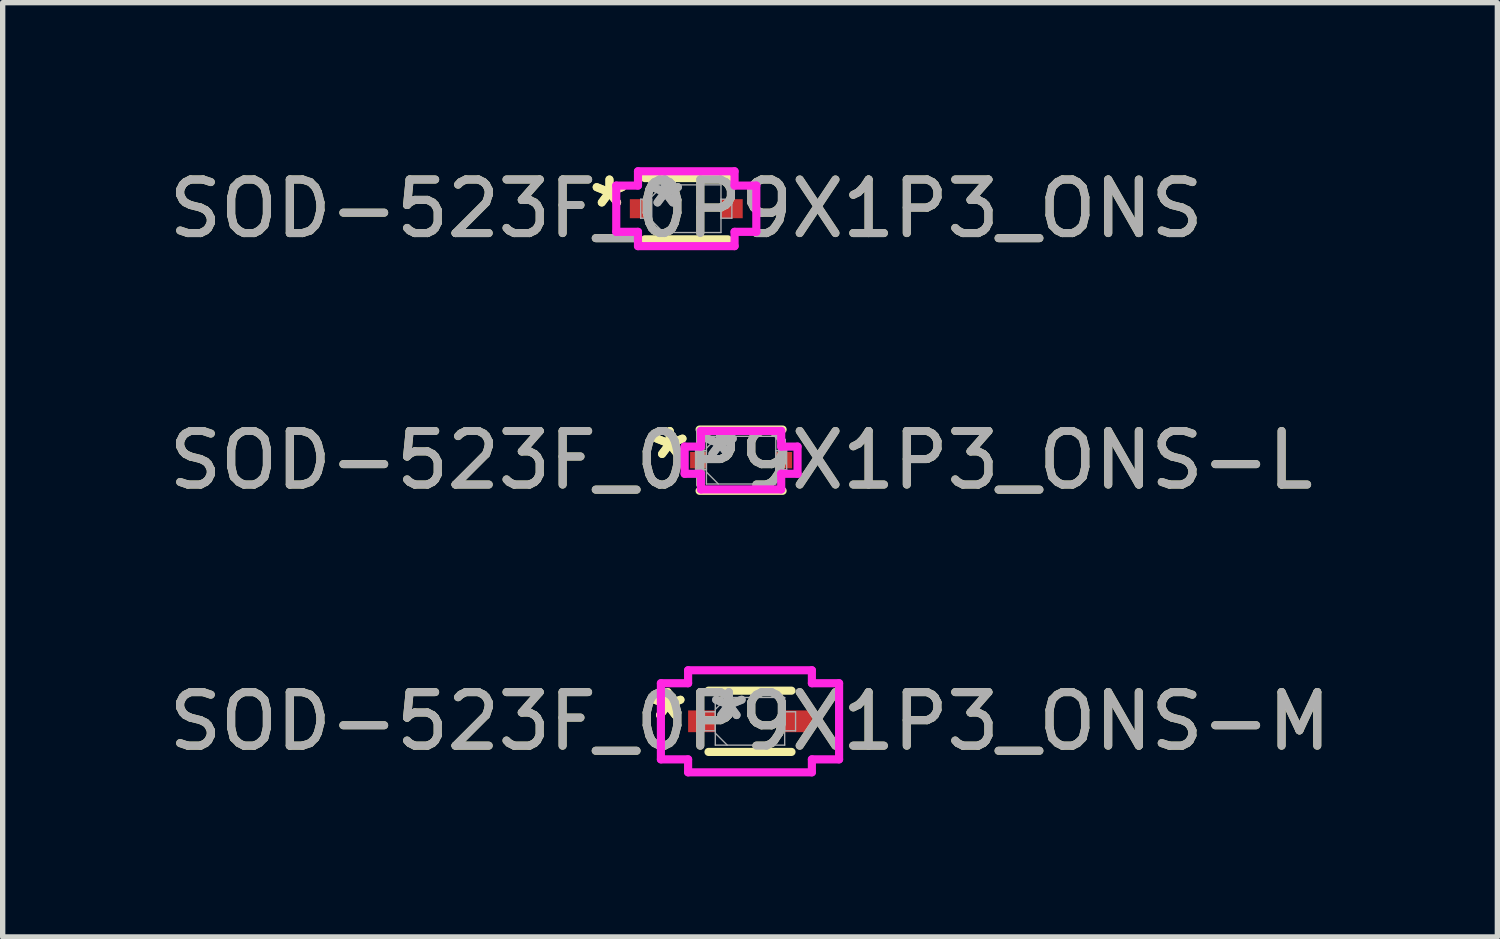
<source format=kicad_pcb>
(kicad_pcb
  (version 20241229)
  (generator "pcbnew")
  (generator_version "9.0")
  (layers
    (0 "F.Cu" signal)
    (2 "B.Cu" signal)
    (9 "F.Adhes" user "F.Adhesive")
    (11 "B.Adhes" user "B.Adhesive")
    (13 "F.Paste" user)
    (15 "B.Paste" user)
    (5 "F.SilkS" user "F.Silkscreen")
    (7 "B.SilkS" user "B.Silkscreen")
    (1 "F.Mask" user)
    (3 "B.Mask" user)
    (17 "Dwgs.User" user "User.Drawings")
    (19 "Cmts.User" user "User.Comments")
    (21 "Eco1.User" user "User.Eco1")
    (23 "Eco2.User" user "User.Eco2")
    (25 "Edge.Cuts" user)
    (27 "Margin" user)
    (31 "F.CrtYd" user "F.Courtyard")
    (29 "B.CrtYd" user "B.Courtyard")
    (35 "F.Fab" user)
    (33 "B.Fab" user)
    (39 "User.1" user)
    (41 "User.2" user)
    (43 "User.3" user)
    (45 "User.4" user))
  (footprint "SOD-523F_0P9X1P3_ONS"
    (layer "F.Cu")
    (at 9.768 0.848)
    (property "Reference" "SOD-523F_0P9X1P3_ONS" (at 0 0 0) (unlocked yes) (layer "F.SilkS") (effects (font (size 1 1) (thickness 0.15))))
    (attr smd)
    (fp_line (start -0.775 0.572) (end 0.775 0.572) (stroke (width 0.152) (type solid)) (layer "F.SilkS"))
    (fp_line (start 0.775 -0.572) (end -0.775 -0.572) (stroke (width 0.152) (type solid)) (layer "F.SilkS"))
    (fp_line (start -1.308 -0.432) (end -0.902 -0.432) (stroke (width 0.152) (type solid)) (layer "F.CrtYd"))
    (fp_line (start -1.308 0.432) (end -1.308 -0.432) (stroke (width 0.152) (type solid)) (layer "F.CrtYd"))
    (fp_line (start -0.902 -0.699) (end 0.902 -0.699) (stroke (width 0.152) (type solid)) (layer "F.CrtYd"))
    (fp_line (start -0.902 -0.432) (end -0.902 -0.699) (stroke (width 0.152) (type solid)) (layer "F.CrtYd"))
    (fp_line (start -0.902 0.432) (end -1.308 0.432) (stroke (width 0.152) (type solid)) (layer "F.CrtYd"))
    (fp_line (start -0.902 0.699) (end -0.902 0.432) (stroke (width 0.152) (type solid)) (layer "F.CrtYd"))
    (fp_line (start 0.902 -0.699) (end 0.902 -0.432) (stroke (width 0.152) (type solid)) (layer "F.CrtYd"))
    (fp_line (start 0.902 -0.432) (end 1.308 -0.432) (stroke (width 0.152) (type solid)) (layer "F.CrtYd"))
    (fp_line (start 0.902 0.432) (end 0.902 0.699) (stroke (width 0.152) (type solid)) (layer "F.CrtYd"))
    (fp_line (start 0.902 0.699) (end -0.902 0.699) (stroke (width 0.152) (type solid)) (layer "F.CrtYd"))
    (fp_line (start 1.308 -0.432) (end 1.308 0.432) (stroke (width 0.152) (type solid)) (layer "F.CrtYd"))
    (fp_line (start 1.308 0.432) (end 0.902 0.432) (stroke (width 0.152) (type solid)) (layer "F.CrtYd"))
    (fp_line (start -0.851 -0.178) (end -0.851 0.178) (stroke (width 0.025) (type solid)) (layer "F.Fab"))
    (fp_line (start -0.851 0.178) (end -0.648 0.178) (stroke (width 0.025) (type solid)) (layer "F.Fab"))
    (fp_line (start -0.648 -0.445) (end -0.648 0.445) (stroke (width 0.025) (type solid)) (layer "F.Fab"))
    (fp_line (start -0.648 -0.222) (end -0.425 -0.445) (stroke (width 0.025) (type solid)) (layer "F.Fab"))
    (fp_line (start -0.648 -0.178) (end -0.851 -0.178) (stroke (width 0.025) (type solid)) (layer "F.Fab"))
    (fp_line (start -0.648 0.178) (end -0.648 -0.178) (stroke (width 0.025) (type solid)) (layer "F.Fab"))
    (fp_line (start -0.648 0.222) (end -0.425 0.445) (stroke (width 0.025) (type solid)) (layer "F.Fab"))
    (fp_line (start -0.648 0.445) (end 0.648 0.445) (stroke (width 0.025) (type solid)) (layer "F.Fab"))
    (fp_line (start 0.648 -0.445) (end -0.648 -0.445) (stroke (width 0.025) (type solid)) (layer "F.Fab"))
    (fp_line (start 0.648 -0.178) (end 0.648 0.178) (stroke (width 0.025) (type solid)) (layer "F.Fab"))
    (fp_line (start 0.648 0.178) (end 0.851 0.178) (stroke (width 0.025) (type solid)) (layer "F.Fab"))
    (fp_line (start 0.648 0.445) (end 0.648 -0.445) (stroke (width 0.025) (type solid)) (layer "F.Fab"))
    (fp_line (start 0.851 -0.178) (end 0.648 -0.178) (stroke (width 0.025) (type solid)) (layer "F.Fab"))
    (fp_line (start 0.851 0.178) (end 0.851 -0.178) (stroke (width 0.025) (type solid)) (layer "F.Fab"))
    (fp_text user "*" (at -1.435 0 0) (unlocked yes) (layer "F.SilkS") (effects (font (size 1 1) (thickness 0.15))))
    (fp_text user "*" (at -1.435 0 0) (layer "F.SilkS") (effects (font (size 1 1) (thickness 0.15))))
    (fp_text user "${REFERENCE}" (at 0 0 0) (unlocked yes) (layer "F.Fab") (effects (font (size 1 1) (thickness 0.15))))
    (fp_text user "*" (at -0.394 0 0) (layer "F.Fab") (effects (font (size 1 1) (thickness 0.15))))
    (fp_text user "*" (at -0.394 0 0) (unlocked yes) (layer "F.Fab") (effects (font (size 1 1) (thickness 0.15))))
    (pad "1" smd rect (at -0.851 0) (size 0.406 0.356) (layers "F.Cu" "F.Mask" "F.Paste"))
    (pad "2" smd rect (at 0.851 0) (size 0.406 0.356) (layers "F.Cu" "F.Mask" "F.Paste"))
    (zone (net_name "") (layer "F.Cu") (hatch full 0.508) (connect_pads) (min_thickness 0.254) (filled_areas_thickness no) (keepout (tracks not_allowed) (vias not_allowed) (pads allowed) (copperpour not_allowed) (footprints allowed)) (placement (enabled no)) (fill) (polygon (pts (xy 9.171 0.455) (xy 10.365 0.455) (xy 10.365 1.242) (xy 9.171 1.242)))))
  (footprint "SOD-523F_0P9X1P3_ONS-M"
    (layer "F.Cu")
    (at 10.958 10.422)
    (property "Reference" "SOD-523F_0P9X1P3_ONS-M" (at 0 0 0) (unlocked yes) (layer "F.SilkS") (effects (font (size 1 1) (thickness 0.15))))
    (attr smd)
    (fp_line (start -0.775 0.572) (end 0.775 0.572) (stroke (width 0.152) (type solid)) (layer "F.SilkS"))
    (fp_line (start 0.775 -0.572) (end -0.775 -0.572) (stroke (width 0.152) (type solid)) (layer "F.SilkS"))
    (fp_line (start -1.664 -0.711) (end -1.156 -0.711) (stroke (width 0.152) (type solid)) (layer "F.CrtYd"))
    (fp_line (start -1.664 0.711) (end -1.664 -0.711) (stroke (width 0.152) (type solid)) (layer "F.CrtYd"))
    (fp_line (start -1.156 -0.953) (end 1.156 -0.953) (stroke (width 0.152) (type solid)) (layer "F.CrtYd"))
    (fp_line (start -1.156 -0.711) (end -1.156 -0.953) (stroke (width 0.152) (type solid)) (layer "F.CrtYd"))
    (fp_line (start -1.156 0.711) (end -1.664 0.711) (stroke (width 0.152) (type solid)) (layer "F.CrtYd"))
    (fp_line (start -1.156 0.953) (end -1.156 0.711) (stroke (width 0.152) (type solid)) (layer "F.CrtYd"))
    (fp_line (start 1.156 -0.953) (end 1.156 -0.711) (stroke (width 0.152) (type solid)) (layer "F.CrtYd"))
    (fp_line (start 1.156 -0.711) (end 1.664 -0.711) (stroke (width 0.152) (type solid)) (layer "F.CrtYd"))
    (fp_line (start 1.156 0.711) (end 1.156 0.953) (stroke (width 0.152) (type solid)) (layer "F.CrtYd"))
    (fp_line (start 1.156 0.953) (end -1.156 0.953) (stroke (width 0.152) (type solid)) (layer "F.CrtYd"))
    (fp_line (start 1.664 -0.711) (end 1.664 0.711) (stroke (width 0.152) (type solid)) (layer "F.CrtYd"))
    (fp_line (start 1.664 0.711) (end 1.156 0.711) (stroke (width 0.152) (type solid)) (layer "F.CrtYd"))
    (fp_line (start -0.851 -0.178) (end -0.851 0.178) (stroke (width 0.025) (type solid)) (layer "F.Fab"))
    (fp_line (start -0.851 0.178) (end -0.648 0.178) (stroke (width 0.025) (type solid)) (layer "F.Fab"))
    (fp_line (start -0.648 -0.445) (end -0.648 0.445) (stroke (width 0.025) (type solid)) (layer "F.Fab"))
    (fp_line (start -0.648 -0.222) (end -0.425 -0.445) (stroke (width 0.025) (type solid)) (layer "F.Fab"))
    (fp_line (start -0.648 -0.178) (end -0.851 -0.178) (stroke (width 0.025) (type solid)) (layer "F.Fab"))
    (fp_line (start -0.648 0.178) (end -0.648 -0.178) (stroke (width 0.025) (type solid)) (layer "F.Fab"))
    (fp_line (start -0.648 0.222) (end -0.425 0.445) (stroke (width 0.025) (type solid)) (layer "F.Fab"))
    (fp_line (start -0.648 0.445) (end 0.648 0.445) (stroke (width 0.025) (type solid)) (layer "F.Fab"))
    (fp_line (start 0.648 -0.445) (end -0.648 -0.445) (stroke (width 0.025) (type solid)) (layer "F.Fab"))
    (fp_line (start 0.648 -0.178) (end 0.648 0.178) (stroke (width 0.025) (type solid)) (layer "F.Fab"))
    (fp_line (start 0.648 0.178) (end 0.851 0.178) (stroke (width 0.025) (type solid)) (layer "F.Fab"))
    (fp_line (start 0.648 0.445) (end 0.648 -0.445) (stroke (width 0.025) (type solid)) (layer "F.Fab"))
    (fp_line (start 0.851 -0.178) (end 0.648 -0.178) (stroke (width 0.025) (type solid)) (layer "F.Fab"))
    (fp_line (start 0.851 0.178) (end 0.851 -0.178) (stroke (width 0.025) (type solid)) (layer "F.Fab"))
    (fp_text user "*" (at -1.537 0 0) (layer "F.SilkS") (effects (font (size 1 1) (thickness 0.15))))
    (fp_text user "*" (at -1.537 0 0) (unlocked yes) (layer "F.SilkS") (effects (font (size 1 1) (thickness 0.15))))
    (fp_text user "*" (at -0.394 0 0) (unlocked yes) (layer "F.Fab") (effects (font (size 1 1) (thickness 0.15))))
    (fp_text user "*" (at -0.394 0 0) (layer "F.Fab") (effects (font (size 1 1) (thickness 0.15))))
    (fp_text user "${REFERENCE}" (at 0 0 0) (unlocked yes) (layer "F.Fab") (effects (font (size 1 1) (thickness 0.15))))
    (pad "1" smd rect (at -0.902 0) (size 0.508 0.406) (layers "F.Cu" "F.Mask" "F.Paste"))
    (pad "2" smd rect (at 0.902 0) (size 0.508 0.406) (layers "F.Cu" "F.Mask" "F.Paste"))
    (zone (net_name "") (layer "F.Cu") (hatch full 0.508) (connect_pads) (min_thickness 0.254) (filled_areas_thickness no) (keepout (tracks not_allowed) (vias not_allowed) (pads allowed) (copperpour not_allowed) (footprints allowed)) (placement (enabled no)) (fill) (polygon (pts (xy 10.361 10.028) (xy 11.555 10.028) (xy 11.555 10.815) (xy 10.361 10.815)))))
  (footprint "SOD-523F_0P9X1P3_ONS-L"
    (layer "F.Cu")
    (at 10.792 5.545)
    (property "Reference" "SOD-523F_0P9X1P3_ONS-L" (at 0 0 0) (unlocked yes) (layer "F.SilkS") (effects (font (size 1 1) (thickness 0.15))))
    (attr smd)
    (fp_line (start -0.775 0.572) (end 0.775 0.572) (stroke (width 0.152) (type solid)) (layer "F.SilkS"))
    (fp_line (start 0.775 -0.572) (end -0.775 -0.572) (stroke (width 0.152) (type solid)) (layer "F.SilkS"))
    (fp_line (start -1.054 -0.254) (end -0.749 -0.254) (stroke (width 0.152) (type solid)) (layer "F.CrtYd"))
    (fp_line (start -1.054 0.254) (end -1.054 -0.254) (stroke (width 0.152) (type solid)) (layer "F.CrtYd"))
    (fp_line (start -0.749 -0.546) (end 0.749 -0.546) (stroke (width 0.152) (type solid)) (layer "F.CrtYd"))
    (fp_line (start -0.749 -0.254) (end -0.749 -0.546) (stroke (width 0.152) (type solid)) (layer "F.CrtYd"))
    (fp_line (start -0.749 0.254) (end -1.054 0.254) (stroke (width 0.152) (type solid)) (layer "F.CrtYd"))
    (fp_line (start -0.749 0.546) (end -0.749 0.254) (stroke (width 0.152) (type solid)) (layer "F.CrtYd"))
    (fp_line (start 0.749 -0.546) (end 0.749 -0.254) (stroke (width 0.152) (type solid)) (layer "F.CrtYd"))
    (fp_line (start 0.749 -0.254) (end 1.054 -0.254) (stroke (width 0.152) (type solid)) (layer "F.CrtYd"))
    (fp_line (start 0.749 0.254) (end 0.749 0.546) (stroke (width 0.152) (type solid)) (layer "F.CrtYd"))
    (fp_line (start 0.749 0.546) (end -0.749 0.546) (stroke (width 0.152) (type solid)) (layer "F.CrtYd"))
    (fp_line (start 1.054 -0.254) (end 1.054 0.254) (stroke (width 0.152) (type solid)) (layer "F.CrtYd"))
    (fp_line (start 1.054 0.254) (end 0.749 0.254) (stroke (width 0.152) (type solid)) (layer "F.CrtYd"))
    (fp_line (start -0.851 -0.178) (end -0.851 0.178) (stroke (width 0.025) (type solid)) (layer "F.Fab"))
    (fp_line (start -0.851 0.178) (end -0.648 0.178) (stroke (width 0.025) (type solid)) (layer "F.Fab"))
    (fp_line (start -0.648 -0.445) (end -0.648 0.445) (stroke (width 0.025) (type solid)) (layer "F.Fab"))
    (fp_line (start -0.648 -0.222) (end -0.425 -0.445) (stroke (width 0.025) (type solid)) (layer "F.Fab"))
    (fp_line (start -0.648 -0.178) (end -0.851 -0.178) (stroke (width 0.025) (type solid)) (layer "F.Fab"))
    (fp_line (start -0.648 0.178) (end -0.648 -0.178) (stroke (width 0.025) (type solid)) (layer "F.Fab"))
    (fp_line (start -0.648 0.222) (end -0.425 0.445) (stroke (width 0.025) (type solid)) (layer "F.Fab"))
    (fp_line (start -0.648 0.445) (end 0.648 0.445) (stroke (width 0.025) (type solid)) (layer "F.Fab"))
    (fp_line (start 0.648 -0.445) (end -0.648 -0.445) (stroke (width 0.025) (type solid)) (layer "F.Fab"))
    (fp_line (start 0.648 -0.178) (end 0.648 0.178) (stroke (width 0.025) (type solid)) (layer "F.Fab"))
    (fp_line (start 0.648 0.178) (end 0.851 0.178) (stroke (width 0.025) (type solid)) (layer "F.Fab"))
    (fp_line (start 0.648 0.445) (end 0.648 -0.445) (stroke (width 0.025) (type solid)) (layer "F.Fab"))
    (fp_line (start 0.851 -0.178) (end 0.648 -0.178) (stroke (width 0.025) (type solid)) (layer "F.Fab"))
    (fp_line (start 0.851 0.178) (end 0.851 -0.178) (stroke (width 0.025) (type solid)) (layer "F.Fab"))
    (fp_text user "*" (at -1.333 0 0) (layer "F.SilkS") (effects (font (size 1 1) (thickness 0.15))))
    (fp_text user "*" (at -1.333 0 0) (unlocked yes) (layer "F.SilkS") (effects (font (size 1 1) (thickness 0.15))))
    (fp_text user "*" (at -0.394 0 0) (layer "F.Fab") (effects (font (size 1 1) (thickness 0.15))))
    (fp_text user "${REFERENCE}" (at 0 0 0) (unlocked yes) (layer "F.Fab") (effects (font (size 1 1) (thickness 0.15))))
    (fp_text user "*" (at -0.394 0 0) (unlocked yes) (layer "F.Fab") (effects (font (size 1 1) (thickness 0.15))))
    (pad "1" smd rect (at -0.8 0) (size 0.305 0.305) (layers "F.Cu" "F.Mask" "F.Paste"))
    (pad "2" smd rect (at 0.8 0) (size 0.305 0.305) (layers "F.Cu" "F.Mask" "F.Paste"))
    (zone (net_name "") (layer "F.Cu") (hatch full 0.508) (connect_pads) (min_thickness 0.254) (filled_areas_thickness no) (keepout (tracks not_allowed) (vias not_allowed) (pads allowed) (copperpour not_allowed) (footprints allowed)) (placement (enabled no)) (fill) (polygon (pts (xy 10.195 5.151) (xy 11.389 5.151) (xy 11.389 5.938) (xy 10.195 5.938)))))
  (gr_rect
    (start -3 -3)
    (end 24.917 14.45)
    (stroke (width 0.1) (type default))
    (fill no)
    (layer "Edge.Cuts")))
</source>
